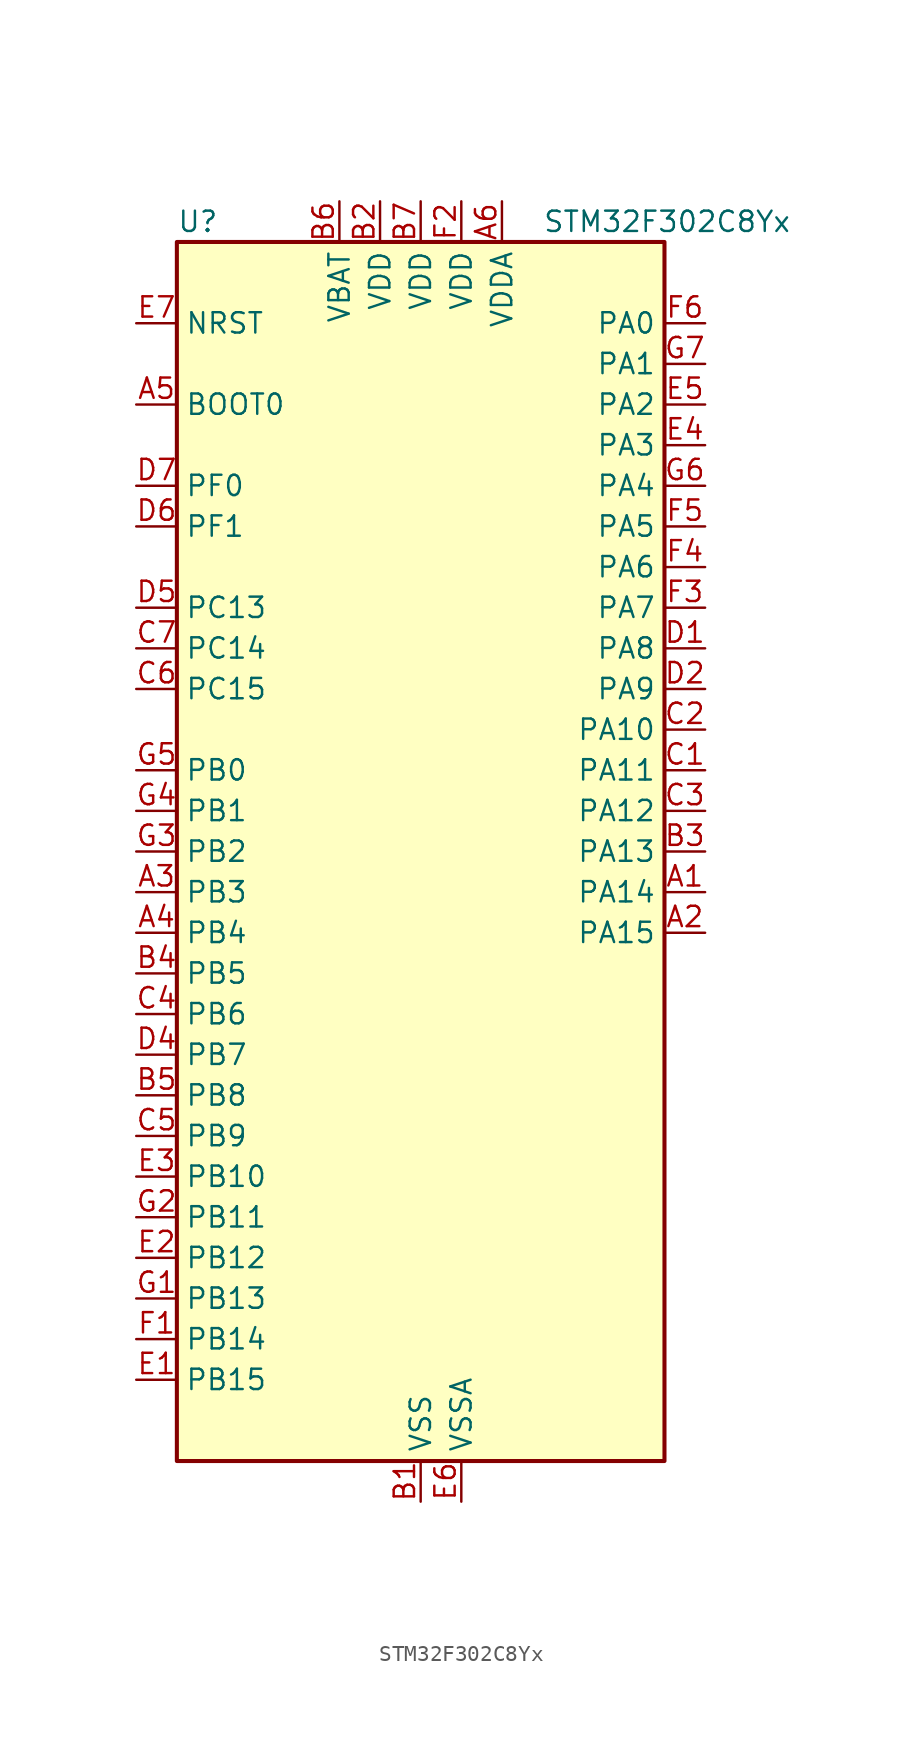
<source format=kicad_sym>
(kicad_symbol_lib
  (version 20241209)
  (generator "kicad_symbol_editor")
  (generator_version "9.0")
  (symbol "STM32F302C8Yx"
    (property "Reference" "U"
      (at -15.24 39.37 0)
      (effects (font (size 1.27 1.27)) (justify left)))
    (property "Value" "STM32F302C8Yx"
      (at 7.62 39.37 0)
      (effects (font (size 1.27 1.27)) (justify left)))
    (symbol "STM32F302C8Yx_0_1"
      (rectangle (start -15.24 -38.1) (end 15.24 38.1) (stroke (width 0.254) (type default)) (fill (type background))))
    (symbol "STM32F302C8Yx_1_1"
      (pin input line (at -17.78 33.02 0) (length 2.54) (name "NRST" (effects (font (size 1.27 1.27)))) (number "E7" (effects (font (size 1.27 1.27)))))
      (pin input line (at -17.78 27.94 0) (length 2.54) (name "BOOT0" (effects (font (size 1.27 1.27)))) (number "A5" (effects (font (size 1.27 1.27)))))
      (pin bidirectional line (at -17.78 22.86 0) (length 2.54) (name "PF0" (effects (font (size 1.27 1.27)))) (number "D7" (effects (font (size 1.27 1.27)))) (alternate "I2C2_SDA" bidirectional line) (alternate "I2S2_WS" bidirectional line) (alternate "RCC_OSC_IN" bidirectional line) (alternate "SPI2_NSS" bidirectional line) (alternate "TIM1_CH3N" bidirectional line))
      (pin bidirectional line (at -17.78 20.32 0) (length 2.54) (name "PF1" (effects (font (size 1.27 1.27)))) (number "D6" (effects (font (size 1.27 1.27)))) (alternate "I2C2_SCL" bidirectional line) (alternate "I2S2_CK" bidirectional line) (alternate "RCC_OSC_OUT" bidirectional line) (alternate "SPI2_SCK" bidirectional line))
      (pin bidirectional line (at -17.78 15.24 0) (length 2.54) (name "PC13" (effects (font (size 1.27 1.27)))) (number "D5" (effects (font (size 1.27 1.27)))) (alternate "RTC_OUT_ALARM" bidirectional line) (alternate "RTC_OUT_CALIB" bidirectional line) (alternate "RTC_TAMP1" bidirectional line) (alternate "RTC_TS" bidirectional line) (alternate "SYS_WKUP2" bidirectional line) (alternate "TIM1_CH1N" bidirectional line))
      (pin bidirectional line (at -17.78 12.7 0) (length 2.54) (name "PC14" (effects (font (size 1.27 1.27)))) (number "C7" (effects (font (size 1.27 1.27)))) (alternate "RCC_OSC32_IN" bidirectional line))
      (pin bidirectional line (at -17.78 10.16 0) (length 2.54) (name "PC15" (effects (font (size 1.27 1.27)))) (number "C6" (effects (font (size 1.27 1.27)))) (alternate "ADC1_EXTI15" bidirectional line) (alternate "RCC_OSC32_OUT" bidirectional line))
      (pin bidirectional line (at -17.78 5.08 0) (length 2.54) (name "PB0" (effects (font (size 1.27 1.27)))) (number "G5" (effects (font (size 1.27 1.27)))) (alternate "ADC1_IN11" bidirectional line) (alternate "COMP4_INP" bidirectional line) (alternate "OPAMP2_VINP" bidirectional line) (alternate "OPAMP2_VINP_SEC" bidirectional line) (alternate "TIM1_CH2N" bidirectional line) (alternate "TSC_G3_IO2" bidirectional line))
      (pin bidirectional line (at -17.78 2.54 0) (length 2.54) (name "PB1" (effects (font (size 1.27 1.27)))) (number "G4" (effects (font (size 1.27 1.27)))) (alternate "ADC1_IN12" bidirectional line) (alternate "COMP4_OUT" bidirectional line) (alternate "TIM1_CH3N" bidirectional line) (alternate "TSC_G3_IO3" bidirectional line))
      (pin bidirectional line (at -17.78 0 0) (length 2.54) (name "PB2" (effects (font (size 1.27 1.27)))) (number "G3" (effects (font (size 1.27 1.27)))) (alternate "COMP4_INM" bidirectional line) (alternate "TSC_G3_IO4" bidirectional line))
      (pin bidirectional line (at -17.78 -2.54 0) (length 2.54) (name "PB3" (effects (font (size 1.27 1.27)))) (number "A3" (effects (font (size 1.27 1.27)))) (alternate "I2S3_CK" bidirectional line) (alternate "SPI3_SCK" bidirectional line) (alternate "SYS_JTDO-TRACESWO" bidirectional line) (alternate "TIM2_CH2" bidirectional line) (alternate "TSC_G5_IO1" bidirectional line) (alternate "USART2_TX" bidirectional line))
      (pin bidirectional line (at -17.78 -5.08 0) (length 2.54) (name "PB4" (effects (font (size 1.27 1.27)))) (number "A4" (effects (font (size 1.27 1.27)))) (alternate "I2S3_ext_SD" bidirectional line) (alternate "SPI3_MISO" bidirectional line) (alternate "SYS_NJTRST" bidirectional line) (alternate "TIM16_CH1" bidirectional line) (alternate "TIM17_BKIN" bidirectional line) (alternate "TSC_G5_IO2" bidirectional line) (alternate "USART2_RX" bidirectional line))
      (pin bidirectional line (at -17.78 -7.62 0) (length 2.54) (name "PB5" (effects (font (size 1.27 1.27)))) (number "B4" (effects (font (size 1.27 1.27)))) (alternate "I2C1_SMBA" bidirectional line) (alternate "I2C3_SDA" bidirectional line) (alternate "I2S3_SD" bidirectional line) (alternate "SPI3_MOSI" bidirectional line) (alternate "TIM16_BKIN" bidirectional line) (alternate "TIM17_CH1" bidirectional line) (alternate "USART2_CK" bidirectional line))
      (pin bidirectional line (at -17.78 -10.16 0) (length 2.54) (name "PB6" (effects (font (size 1.27 1.27)))) (number "C4" (effects (font (size 1.27 1.27)))) (alternate "I2C1_SCL" bidirectional line) (alternate "TIM16_CH1N" bidirectional line) (alternate "TSC_G5_IO3" bidirectional line) (alternate "USART1_TX" bidirectional line))
      (pin bidirectional line (at -17.78 -12.7 0) (length 2.54) (name "PB7" (effects (font (size 1.27 1.27)))) (number "D4" (effects (font (size 1.27 1.27)))) (alternate "I2C1_SDA" bidirectional line) (alternate "TIM17_CH1N" bidirectional line) (alternate "TSC_G5_IO4" bidirectional line) (alternate "USART1_RX" bidirectional line))
      (pin bidirectional line (at -17.78 -15.24 0) (length 2.54) (name "PB8" (effects (font (size 1.27 1.27)))) (number "B5" (effects (font (size 1.27 1.27)))) (alternate "CAN_RX" bidirectional line) (alternate "I2C1_SCL" bidirectional line) (alternate "TIM16_CH1" bidirectional line) (alternate "TIM1_BKIN" bidirectional line) (alternate "TSC_SYNC" bidirectional line) (alternate "USART3_RX" bidirectional line))
      (pin bidirectional line (at -17.78 -17.78 0) (length 2.54) (name "PB9" (effects (font (size 1.27 1.27)))) (number "C5" (effects (font (size 1.27 1.27)))) (alternate "CAN_TX" bidirectional line) (alternate "COMP2_OUT" bidirectional line) (alternate "DAC_EXTI9" bidirectional line) (alternate "I2C1_SDA" bidirectional line) (alternate "IR_OUT" bidirectional line) (alternate "TIM17_CH1" bidirectional line) (alternate "USART3_TX" bidirectional line))
      (pin bidirectional line (at -17.78 -20.32 0) (length 2.54) (name "PB10" (effects (font (size 1.27 1.27)))) (number "E3" (effects (font (size 1.27 1.27)))) (alternate "TIM2_CH3" bidirectional line) (alternate "TSC_SYNC" bidirectional line) (alternate "USART3_TX" bidirectional line))
      (pin bidirectional line (at -17.78 -22.86 0) (length 2.54) (name "PB11" (effects (font (size 1.27 1.27)))) (number "G2" (effects (font (size 1.27 1.27)))) (alternate "ADC1_EXTI11" bidirectional line) (alternate "ADC1_IN14" bidirectional line) (alternate "COMP6_INP" bidirectional line) (alternate "TIM2_CH4" bidirectional line) (alternate "TSC_G6_IO1" bidirectional line) (alternate "USART3_RX" bidirectional line))
      (pin bidirectional line (at -17.78 -25.4 0) (length 2.54) (name "PB12" (effects (font (size 1.27 1.27)))) (number "E2" (effects (font (size 1.27 1.27)))) (alternate "I2C2_SMBA" bidirectional line) (alternate "I2S2_WS" bidirectional line) (alternate "SPI2_NSS" bidirectional line) (alternate "TIM1_BKIN" bidirectional line) (alternate "TSC_G6_IO2" bidirectional line) (alternate "USART3_CK" bidirectional line))
      (pin bidirectional line (at -17.78 -27.94 0) (length 2.54) (name "PB13" (effects (font (size 1.27 1.27)))) (number "G1" (effects (font (size 1.27 1.27)))) (alternate "ADC1_IN13" bidirectional line) (alternate "I2S2_CK" bidirectional line) (alternate "SPI2_SCK" bidirectional line) (alternate "TIM1_CH1N" bidirectional line) (alternate "TSC_G6_IO3" bidirectional line) (alternate "USART3_CTS" bidirectional line))
      (pin bidirectional line (at -17.78 -30.48 0) (length 2.54) (name "PB14" (effects (font (size 1.27 1.27)))) (number "F1" (effects (font (size 1.27 1.27)))) (alternate "I2S2_ext_SD" bidirectional line) (alternate "OPAMP2_VINP" bidirectional line) (alternate "OPAMP2_VINP_SEC" bidirectional line) (alternate "SPI2_MISO" bidirectional line) (alternate "TIM15_CH1" bidirectional line) (alternate "TIM1_CH2N" bidirectional line) (alternate "TSC_G6_IO4" bidirectional line) (alternate "USART3_DE" bidirectional line) (alternate "USART3_RTS" bidirectional line))
      (pin bidirectional line (at -17.78 -33.02 0) (length 2.54) (name "PB15" (effects (font (size 1.27 1.27)))) (number "E1" (effects (font (size 1.27 1.27)))) (alternate "ADC1_EXTI15" bidirectional line) (alternate "COMP6_INM" bidirectional line) (alternate "I2S2_SD" bidirectional line) (alternate "RTC_REFIN" bidirectional line) (alternate "SPI2_MOSI" bidirectional line) (alternate "TIM15_CH1N" bidirectional line) (alternate "TIM15_CH2" bidirectional line) (alternate "TIM1_CH3N" bidirectional line))
      (pin no_connect line (at -15.24 -38.1 0) (length 2.54) (hide yes) (name "NC" (effects (font (size 1.27 1.27)))) (number "A7" (effects (font (size 1.27 1.27)))))
      (pin power_in line (at -5.08 40.64 270) (length 2.54) (name "VBAT" (effects (font (size 1.27 1.27)))) (number "B6" (effects (font (size 1.27 1.27)))))
      (pin power_in line (at -2.54 40.64 270) (length 2.54) (name "VDD" (effects (font (size 1.27 1.27)))) (number "B2" (effects (font (size 1.27 1.27)))))
      (pin power_in line (at 0 40.64 270) (length 2.54) (name "VDD" (effects (font (size 1.27 1.27)))) (number "B7" (effects (font (size 1.27 1.27)))))
      (pin power_in line (at 0 -40.64 90) (length 2.54) (name "VSS" (effects (font (size 1.27 1.27)))) (number "B1" (effects (font (size 1.27 1.27)))))
      (pin passive line (at 0 -40.64 90) (length 2.54) (hide yes) (name "VSS" (effects (font (size 1.27 1.27)))) (number "D3" (effects (font (size 1.27 1.27)))))
      (pin passive line (at 0 -40.64 90) (length 2.54) (hide yes) (name "VSS" (effects (font (size 1.27 1.27)))) (number "F7" (effects (font (size 1.27 1.27)))))
      (pin power_in line (at 2.54 40.64 270) (length 2.54) (name "VDD" (effects (font (size 1.27 1.27)))) (number "F2" (effects (font (size 1.27 1.27)))))
      (pin power_in line (at 2.54 -40.64 90) (length 2.54) (name "VSSA" (effects (font (size 1.27 1.27)))) (number "E6" (effects (font (size 1.27 1.27)))))
      (pin power_in line (at 5.08 40.64 270) (length 2.54) (name "VDDA" (effects (font (size 1.27 1.27)))) (number "A6" (effects (font (size 1.27 1.27)))))
      (pin bidirectional line (at 17.78 33.02 180) (length 2.54) (name "PA0" (effects (font (size 1.27 1.27)))) (number "F6" (effects (font (size 1.27 1.27)))) (alternate "ADC1_IN1" bidirectional line) (alternate "RTC_TAMP2" bidirectional line) (alternate "SYS_WKUP1" bidirectional line) (alternate "TIM2_CH1" bidirectional line) (alternate "TIM2_ETR" bidirectional line) (alternate "TSC_G1_IO1" bidirectional line) (alternate "USART2_CTS" bidirectional line))
      (pin bidirectional line (at 17.78 30.48 180) (length 2.54) (name "PA1" (effects (font (size 1.27 1.27)))) (number "G7" (effects (font (size 1.27 1.27)))) (alternate "ADC1_IN2" bidirectional line) (alternate "RTC_REFIN" bidirectional line) (alternate "TIM15_CH1N" bidirectional line) (alternate "TIM2_CH2" bidirectional line) (alternate "TSC_G1_IO2" bidirectional line) (alternate "USART2_DE" bidirectional line) (alternate "USART2_RTS" bidirectional line))
      (pin bidirectional line (at 17.78 27.94 180) (length 2.54) (name "PA2" (effects (font (size 1.27 1.27)))) (number "E5" (effects (font (size 1.27 1.27)))) (alternate "ADC1_IN3" bidirectional line) (alternate "COMP2_INM" bidirectional line) (alternate "COMP2_OUT" bidirectional line) (alternate "TIM15_CH1" bidirectional line) (alternate "TIM2_CH3" bidirectional line) (alternate "TSC_G1_IO3" bidirectional line) (alternate "USART2_TX" bidirectional line))
      (pin bidirectional line (at 17.78 25.4 180) (length 2.54) (name "PA3" (effects (font (size 1.27 1.27)))) (number "E4" (effects (font (size 1.27 1.27)))) (alternate "ADC1_IN4" bidirectional line) (alternate "TIM15_CH2" bidirectional line) (alternate "TIM2_CH4" bidirectional line) (alternate "TSC_G1_IO4" bidirectional line) (alternate "USART2_RX" bidirectional line))
      (pin bidirectional line (at 17.78 22.86 180) (length 2.54) (name "PA4" (effects (font (size 1.27 1.27)))) (number "G6" (effects (font (size 1.27 1.27)))) (alternate "ADC1_IN5" bidirectional line) (alternate "COMP2_INM" bidirectional line) (alternate "COMP4_INM" bidirectional line) (alternate "COMP6_INM" bidirectional line) (alternate "DAC_OUT1" bidirectional line) (alternate "I2S3_WS" bidirectional line) (alternate "SPI3_NSS" bidirectional line) (alternate "TSC_G2_IO1" bidirectional line) (alternate "USART2_CK" bidirectional line))
      (pin bidirectional line (at 17.78 20.32 180) (length 2.54) (name "PA5" (effects (font (size 1.27 1.27)))) (number "F5" (effects (font (size 1.27 1.27)))) (alternate "OPAMP2_VINM" bidirectional line) (alternate "OPAMP2_VINM_SEC" bidirectional line) (alternate "TIM2_CH1" bidirectional line) (alternate "TIM2_ETR" bidirectional line) (alternate "TSC_G2_IO2" bidirectional line))
      (pin bidirectional line (at 17.78 17.78 180) (length 2.54) (name "PA6" (effects (font (size 1.27 1.27)))) (number "F4" (effects (font (size 1.27 1.27)))) (alternate "ADC1_IN10" bidirectional line) (alternate "OPAMP2_VOUT" bidirectional line) (alternate "TIM16_CH1" bidirectional line) (alternate "TIM1_BKIN" bidirectional line) (alternate "TSC_G2_IO3" bidirectional line))
      (pin bidirectional line (at 17.78 15.24 180) (length 2.54) (name "PA7" (effects (font (size 1.27 1.27)))) (number "F3" (effects (font (size 1.27 1.27)))) (alternate "ADC1_IN15" bidirectional line) (alternate "COMP2_INP" bidirectional line) (alternate "OPAMP2_VINP" bidirectional line) (alternate "OPAMP2_VINP_SEC" bidirectional line) (alternate "TIM17_CH1" bidirectional line) (alternate "TIM1_CH1N" bidirectional line) (alternate "TSC_G2_IO4" bidirectional line))
      (pin bidirectional line (at 17.78 12.7 180) (length 2.54) (name "PA8" (effects (font (size 1.27 1.27)))) (number "D1" (effects (font (size 1.27 1.27)))) (alternate "I2C2_SMBA" bidirectional line) (alternate "I2C3_SCL" bidirectional line) (alternate "I2S2_MCK" bidirectional line) (alternate "RCC_MCO" bidirectional line) (alternate "TIM1_CH1" bidirectional line) (alternate "USART1_CK" bidirectional line))
      (pin bidirectional line (at 17.78 10.16 180) (length 2.54) (name "PA9" (effects (font (size 1.27 1.27)))) (number "D2" (effects (font (size 1.27 1.27)))) (alternate "DAC_EXTI9" bidirectional line) (alternate "I2C2_SCL" bidirectional line) (alternate "I2C3_SMBA" bidirectional line) (alternate "I2S3_MCK" bidirectional line) (alternate "TIM15_BKIN" bidirectional line) (alternate "TIM1_CH2" bidirectional line) (alternate "TIM2_CH3" bidirectional line) (alternate "TSC_G4_IO1" bidirectional line) (alternate "USART1_TX" bidirectional line))
      (pin bidirectional line (at 17.78 7.62 180) (length 2.54) (name "PA10" (effects (font (size 1.27 1.27)))) (number "C2" (effects (font (size 1.27 1.27)))) (alternate "COMP6_OUT" bidirectional line) (alternate "I2C2_SDA" bidirectional line) (alternate "I2S2_ext_SD" bidirectional line) (alternate "SPI2_MISO" bidirectional line) (alternate "TIM17_BKIN" bidirectional line) (alternate "TIM1_CH3" bidirectional line) (alternate "TIM2_CH4" bidirectional line) (alternate "TSC_G4_IO2" bidirectional line) (alternate "USART1_RX" bidirectional line))
      (pin bidirectional line (at 17.78 5.08 180) (length 2.54) (name "PA11" (effects (font (size 1.27 1.27)))) (number "C1" (effects (font (size 1.27 1.27)))) (alternate "ADC1_EXTI11" bidirectional line) (alternate "CAN_RX" bidirectional line) (alternate "I2S2_SD" bidirectional line) (alternate "SPI2_MOSI" bidirectional line) (alternate "TIM1_BKIN2" bidirectional line) (alternate "TIM1_CH1N" bidirectional line) (alternate "TIM1_CH4" bidirectional line) (alternate "USART1_CTS" bidirectional line) (alternate "USB_DM" bidirectional line))
      (pin bidirectional line (at 17.78 2.54 180) (length 2.54) (name "PA12" (effects (font (size 1.27 1.27)))) (number "C3" (effects (font (size 1.27 1.27)))) (alternate "CAN_TX" bidirectional line) (alternate "COMP2_OUT" bidirectional line) (alternate "I2S_CKIN" bidirectional line) (alternate "TIM16_CH1" bidirectional line) (alternate "TIM1_CH2N" bidirectional line) (alternate "TIM1_ETR" bidirectional line) (alternate "USART1_DE" bidirectional line) (alternate "USART1_RTS" bidirectional line) (alternate "USB_DP" bidirectional line))
      (pin bidirectional line (at 17.78 0 180) (length 2.54) (name "PA13" (effects (font (size 1.27 1.27)))) (number "B3" (effects (font (size 1.27 1.27)))) (alternate "IR_OUT" bidirectional line) (alternate "SYS_JTMS-SWDIO" bidirectional line) (alternate "TIM16_CH1N" bidirectional line) (alternate "TSC_G4_IO3" bidirectional line) (alternate "USART3_CTS" bidirectional line))
      (pin bidirectional line (at 17.78 -2.54 180) (length 2.54) (name "PA14" (effects (font (size 1.27 1.27)))) (number "A1" (effects (font (size 1.27 1.27)))) (alternate "I2C1_SDA" bidirectional line) (alternate "SYS_JTCK-SWCLK" bidirectional line) (alternate "TIM1_BKIN" bidirectional line) (alternate "TSC_G4_IO4" bidirectional line) (alternate "USART2_TX" bidirectional line))
      (pin bidirectional line (at 17.78 -5.08 180) (length 2.54) (name "PA15" (effects (font (size 1.27 1.27)))) (number "A2" (effects (font (size 1.27 1.27)))) (alternate "ADC1_EXTI15" bidirectional line) (alternate "I2C1_SCL" bidirectional line) (alternate "I2S3_WS" bidirectional line) (alternate "SPI3_NSS" bidirectional line) (alternate "SYS_JTDI" bidirectional line) (alternate "TIM1_BKIN" bidirectional line) (alternate "TIM2_CH1" bidirectional line) (alternate "TIM2_ETR" bidirectional line) (alternate "TSC_SYNC" bidirectional line) (alternate "USART2_RX" bidirectional line)))))
</source>
